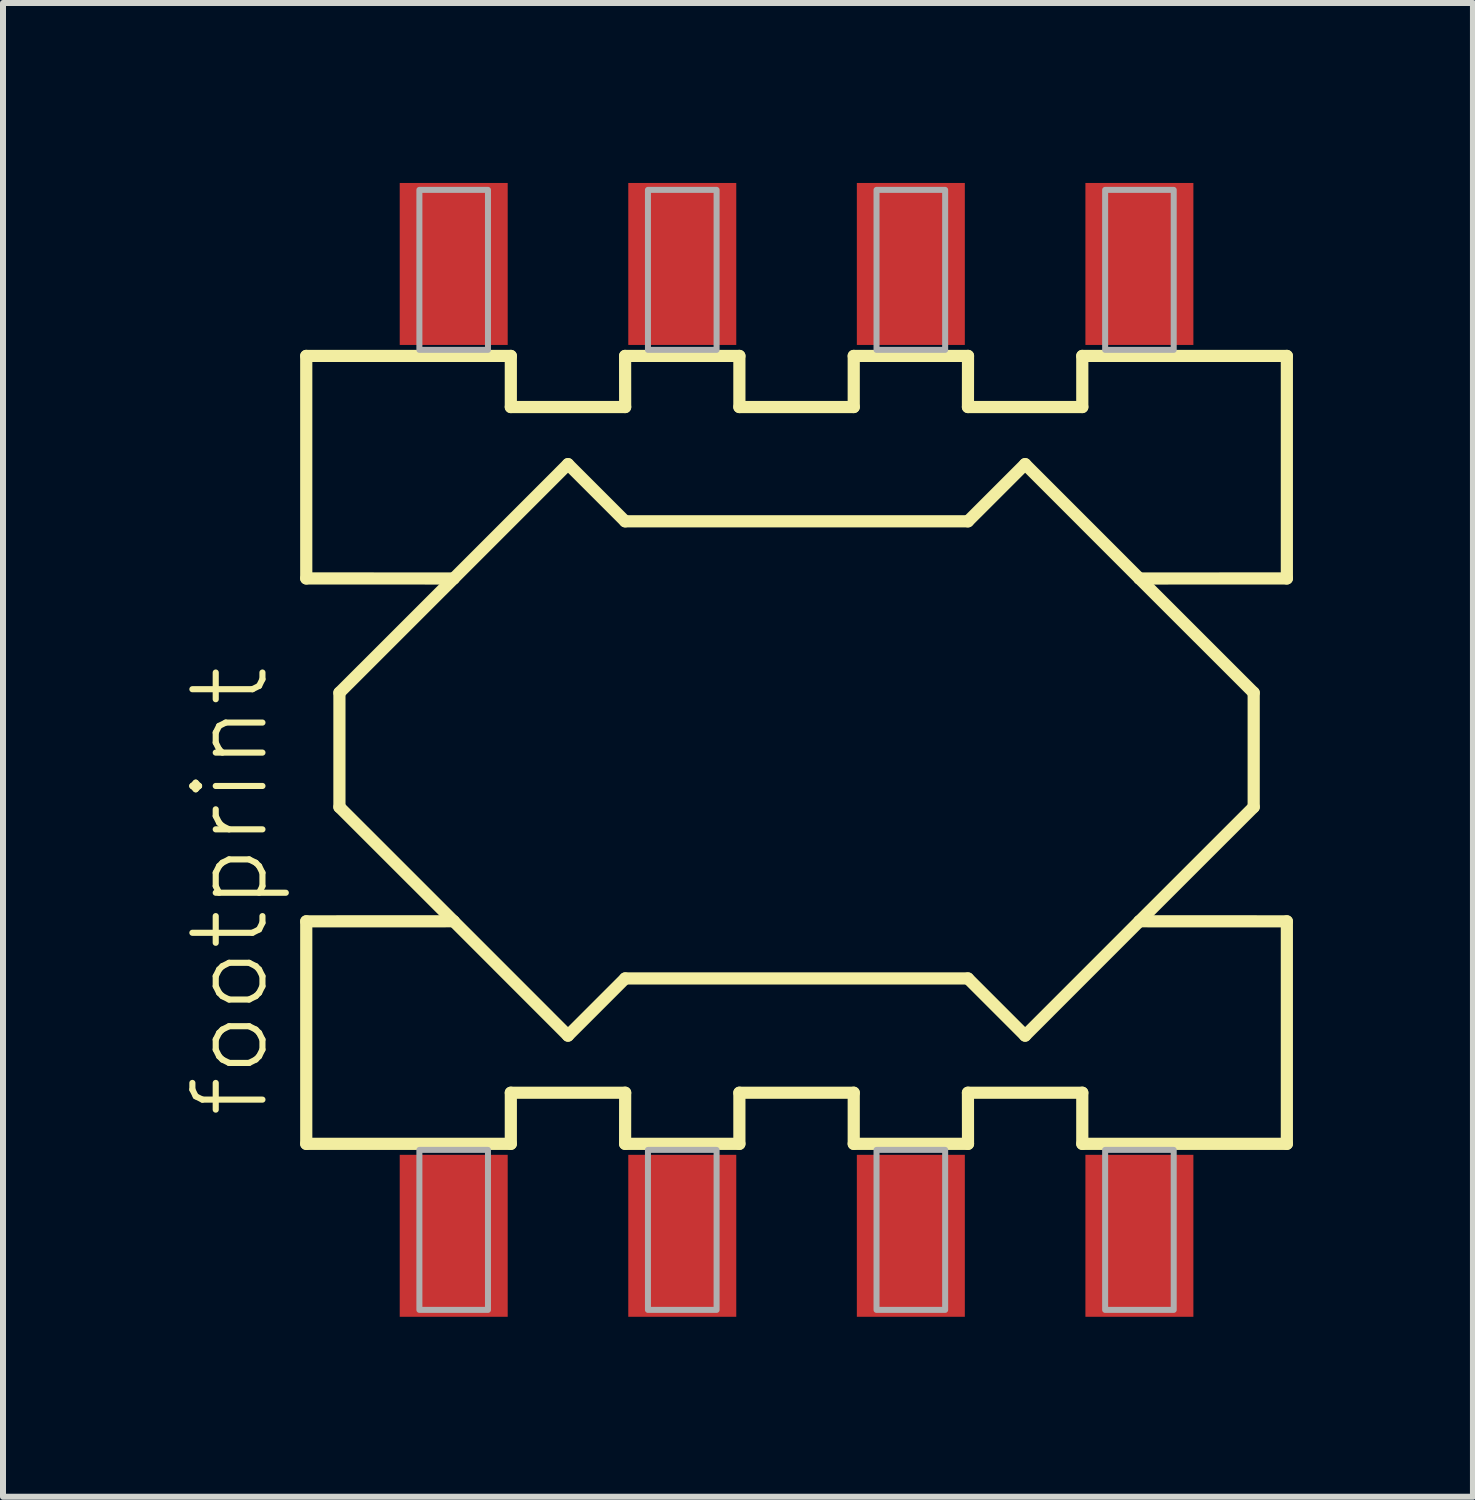
<source format=kicad_pcb>
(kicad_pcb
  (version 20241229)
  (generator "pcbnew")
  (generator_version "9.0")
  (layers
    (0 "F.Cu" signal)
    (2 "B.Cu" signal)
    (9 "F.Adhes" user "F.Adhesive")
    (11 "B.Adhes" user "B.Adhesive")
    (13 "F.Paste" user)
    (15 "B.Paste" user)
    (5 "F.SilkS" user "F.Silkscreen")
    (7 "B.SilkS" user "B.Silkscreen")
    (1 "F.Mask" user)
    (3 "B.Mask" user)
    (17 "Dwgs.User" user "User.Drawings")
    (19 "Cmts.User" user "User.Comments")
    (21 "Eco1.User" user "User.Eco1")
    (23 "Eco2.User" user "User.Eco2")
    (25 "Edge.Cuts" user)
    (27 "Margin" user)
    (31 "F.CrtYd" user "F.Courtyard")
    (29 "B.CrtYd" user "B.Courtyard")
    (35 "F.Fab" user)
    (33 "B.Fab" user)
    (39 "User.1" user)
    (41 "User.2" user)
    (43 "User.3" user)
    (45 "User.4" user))
  (footprint "footprint"
    (layer "F.Cu")
    (at 10.228 9.45)
    (property "Reference" "footprint" (at -8.755 6.175 90) (layer "F.SilkS") (effects (font (size 1.168 1.168) (thickness 0.102)) (justify left bottom)))
    (fp_line (start -8.173 -6.567) (end -4.763 -6.567) (stroke (width 0.203) (type solid)) (layer "F.SilkS"))
    (fp_line (start -8.173 -2.858) (end -8.173 -6.567) (stroke (width 0.203) (type solid)) (layer "F.SilkS"))
    (fp_line (start -8.173 2.858) (end -5.715 2.857) (stroke (width 0.203) (type solid)) (layer "F.SilkS"))
    (fp_line (start -8.173 6.567) (end -8.173 2.858) (stroke (width 0.203) (type solid)) (layer "F.SilkS"))
    (fp_line (start -7.62 -0.953) (end -5.715 -2.857) (stroke (width 0.203) (type solid)) (layer "F.SilkS"))
    (fp_line (start -7.62 0.953) (end -7.62 -0.953) (stroke (width 0.203) (type solid)) (layer "F.SilkS"))
    (fp_line (start -5.715 -2.857) (end -8.173 -2.858) (stroke (width 0.203) (type solid)) (layer "F.SilkS"))
    (fp_line (start -5.715 -2.857) (end -3.81 -4.763) (stroke (width 0.203) (type solid)) (layer "F.SilkS"))
    (fp_line (start -5.715 2.857) (end -7.62 0.953) (stroke (width 0.203) (type solid)) (layer "F.SilkS"))
    (fp_line (start -4.763 -6.567) (end -4.763 -5.715) (stroke (width 0.203) (type solid)) (layer "F.SilkS"))
    (fp_line (start -4.763 6.567) (end -8.173 6.567) (stroke (width 0.203) (type solid)) (layer "F.SilkS"))
    (fp_line (start -4.763 -5.715) (end -2.857 -5.715) (stroke (width 0.203) (type solid)) (layer "F.SilkS"))
    (fp_line (start -4.763 5.715) (end -4.763 6.567) (stroke (width 0.203) (type solid)) (layer "F.SilkS"))
    (fp_line (start -3.81 -4.763) (end -2.857 -3.81) (stroke (width 0.203) (type solid)) (layer "F.SilkS"))
    (fp_line (start -3.81 4.763) (end -5.715 2.857) (stroke (width 0.203) (type solid)) (layer "F.SilkS"))
    (fp_line (start -2.858 -6.567) (end -0.953 -6.567) (stroke (width 0.203) (type solid)) (layer "F.SilkS"))
    (fp_line (start -2.858 6.567) (end -2.857 5.715) (stroke (width 0.203) (type solid)) (layer "F.SilkS"))
    (fp_line (start -2.857 -5.715) (end -2.858 -6.567) (stroke (width 0.203) (type solid)) (layer "F.SilkS"))
    (fp_line (start -2.857 -3.81) (end 2.857 -3.81) (stroke (width 0.203) (type solid)) (layer "F.SilkS"))
    (fp_line (start -2.857 3.81) (end -3.81 4.763) (stroke (width 0.203) (type solid)) (layer "F.SilkS"))
    (fp_line (start -2.857 5.715) (end -4.763 5.715) (stroke (width 0.203) (type solid)) (layer "F.SilkS"))
    (fp_line (start -0.953 -6.567) (end -0.953 -5.715) (stroke (width 0.203) (type solid)) (layer "F.SilkS"))
    (fp_line (start -0.953 6.567) (end -2.858 6.567) (stroke (width 0.203) (type solid)) (layer "F.SilkS"))
    (fp_line (start -0.953 -5.715) (end 0.953 -5.715) (stroke (width 0.203) (type solid)) (layer "F.SilkS"))
    (fp_line (start -0.953 5.715) (end -0.953 6.567) (stroke (width 0.203) (type solid)) (layer "F.SilkS"))
    (fp_line (start 0.953 -5.715) (end 0.953 -6.567) (stroke (width 0.203) (type solid)) (layer "F.SilkS"))
    (fp_line (start 0.953 5.715) (end -0.953 5.715) (stroke (width 0.203) (type solid)) (layer "F.SilkS"))
    (fp_line (start 0.953 -6.567) (end 2.858 -6.567) (stroke (width 0.203) (type solid)) (layer "F.SilkS"))
    (fp_line (start 0.953 6.567) (end 0.953 5.715) (stroke (width 0.203) (type solid)) (layer "F.SilkS"))
    (fp_line (start 2.857 -5.715) (end 4.763 -5.715) (stroke (width 0.203) (type solid)) (layer "F.SilkS"))
    (fp_line (start 2.857 -3.81) (end 3.81 -4.763) (stroke (width 0.203) (type solid)) (layer "F.SilkS"))
    (fp_line (start 2.857 3.81) (end -2.857 3.81) (stroke (width 0.203) (type solid)) (layer "F.SilkS"))
    (fp_line (start 2.857 5.715) (end 2.858 6.567) (stroke (width 0.203) (type solid)) (layer "F.SilkS"))
    (fp_line (start 2.858 -6.567) (end 2.857 -5.715) (stroke (width 0.203) (type solid)) (layer "F.SilkS"))
    (fp_line (start 2.858 6.567) (end 0.953 6.567) (stroke (width 0.203) (type solid)) (layer "F.SilkS"))
    (fp_line (start 3.81 -4.763) (end 5.715 -2.857) (stroke (width 0.203) (type solid)) (layer "F.SilkS"))
    (fp_line (start 3.81 4.763) (end 2.857 3.81) (stroke (width 0.203) (type solid)) (layer "F.SilkS"))
    (fp_line (start 4.763 -5.715) (end 4.763 -6.567) (stroke (width 0.203) (type solid)) (layer "F.SilkS"))
    (fp_line (start 4.763 5.715) (end 2.857 5.715) (stroke (width 0.203) (type solid)) (layer "F.SilkS"))
    (fp_line (start 4.763 -6.567) (end 8.173 -6.567) (stroke (width 0.203) (type solid)) (layer "F.SilkS"))
    (fp_line (start 4.763 6.567) (end 4.763 5.715) (stroke (width 0.203) (type solid)) (layer "F.SilkS"))
    (fp_line (start 5.715 -2.857) (end 7.62 -0.953) (stroke (width 0.203) (type solid)) (layer "F.SilkS"))
    (fp_line (start 5.715 2.857) (end 3.81 4.763) (stroke (width 0.203) (type solid)) (layer "F.SilkS"))
    (fp_line (start 5.715 2.857) (end 8.173 2.858) (stroke (width 0.203) (type solid)) (layer "F.SilkS"))
    (fp_line (start 7.62 -0.953) (end 7.62 0.953) (stroke (width 0.203) (type solid)) (layer "F.SilkS"))
    (fp_line (start 7.62 0.953) (end 5.715 2.857) (stroke (width 0.203) (type solid)) (layer "F.SilkS"))
    (fp_line (start 8.173 -6.567) (end 8.173 -2.858) (stroke (width 0.203) (type solid)) (layer "F.SilkS"))
    (fp_line (start 8.173 -2.858) (end 5.715 -2.857) (stroke (width 0.203) (type solid)) (layer "F.SilkS"))
    (fp_line (start 8.173 2.858) (end 8.173 6.567) (stroke (width 0.203) (type solid)) (layer "F.SilkS"))
    (fp_line (start 8.173 6.567) (end 4.763 6.567) (stroke (width 0.203) (type solid)) (layer "F.SilkS"))
    (fp_poly (pts (xy -6.287 -6.668) (xy -5.144 -6.668) (xy -5.144 -9.335) (xy -6.287 -9.335)) (stroke (width 0.1) (type solid)) (fill no) (layer "F.Fab"))
    (fp_poly (pts (xy -6.287 9.335) (xy -5.144 9.335) (xy -5.144 6.668) (xy -6.287 6.668)) (stroke (width 0.1) (type solid)) (fill no) (layer "F.Fab"))
    (fp_poly (pts (xy -2.477 -6.668) (xy -1.333 -6.668) (xy -1.333 -9.335) (xy -2.477 -9.335)) (stroke (width 0.1) (type solid)) (fill no) (layer "F.Fab"))
    (fp_poly (pts (xy -2.477 9.335) (xy -1.333 9.335) (xy -1.333 6.668) (xy -2.477 6.668)) (stroke (width 0.1) (type solid)) (fill no) (layer "F.Fab"))
    (fp_poly (pts (xy 1.333 -6.668) (xy 2.477 -6.668) (xy 2.477 -9.335) (xy 1.333 -9.335)) (stroke (width 0.1) (type solid)) (fill no) (layer "F.Fab"))
    (fp_poly (pts (xy 1.333 9.335) (xy 2.477 9.335) (xy 2.477 6.668) (xy 1.333 6.668)) (stroke (width 0.1) (type solid)) (fill no) (layer "F.Fab"))
    (fp_poly (pts (xy 5.144 -6.668) (xy 6.287 -6.668) (xy 6.287 -9.335) (xy 5.144 -9.335)) (stroke (width 0.1) (type solid)) (fill no) (layer "F.Fab"))
    (fp_poly (pts (xy 5.144 9.335) (xy 6.287 9.335) (xy 6.287 6.668) (xy 5.144 6.668)) (stroke (width 0.1) (type solid)) (fill no) (layer "F.Fab"))
    (pad "1" smd rect (at -5.715 -8.1) (size 1.8 2.7) (layers "F.Cu" "F.Mask" "F.Paste"))
    (pad "2" smd rect (at -1.905 -8.1) (size 1.8 2.7) (layers "F.Cu" "F.Mask" "F.Paste"))
    (pad "3" smd rect (at 1.905 -8.1) (size 1.8 2.7) (layers "F.Cu" "F.Mask" "F.Paste"))
    (pad "4" smd rect (at 5.715 -8.1) (size 1.8 2.7) (layers "F.Cu" "F.Mask" "F.Paste"))
    (pad "5" smd rect (at 5.715 8.1) (size 1.8 2.7) (layers "F.Cu" "F.Mask" "F.Paste"))
    (pad "6" smd rect (at 1.905 8.1) (size 1.8 2.7) (layers "F.Cu" "F.Mask" "F.Paste"))
    (pad "7" smd rect (at -1.905 8.1) (size 1.8 2.7) (layers "F.Cu" "F.Mask" "F.Paste"))
    (pad "8" smd rect (at -5.715 8.1) (size 1.8 2.7) (layers "F.Cu" "F.Mask" "F.Paste")))
  (gr_rect
    (start -3 -3)
    (end 21.503 21.9)
    (stroke (width 0.1) (type default))
    (fill no)
    (layer "Edge.Cuts")))
</source>
